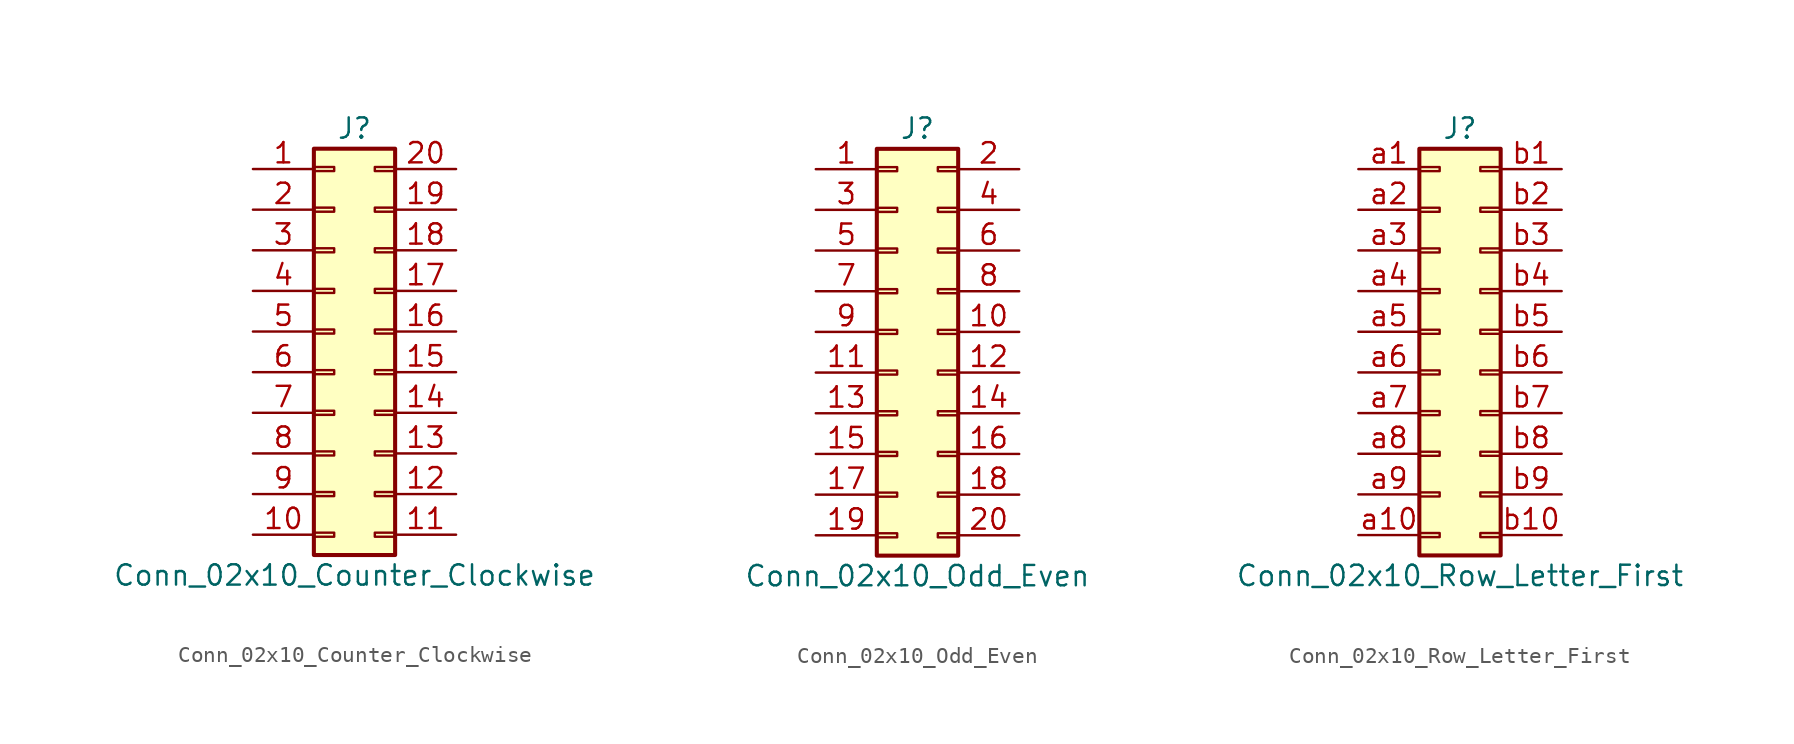
<source format=kicad_sym>
(kicad_symbol_lib
  (version 20220914)
  (generator kicad_symbol_editor)
  (symbol "Conn_02x10_Counter_Clockwise"
    (pin_names
      (offset 1.016) hide)
    (property "Reference" "J"
      (at 1.27 12.7 0)
      (effects (font (size 1.27 1.27))))
    (property "Value" "Conn_02x10_Counter_Clockwise"
      (at 1.27 -15.24 0)
      (effects (font (size 1.27 1.27))))
    (symbol "Conn_02x10_Counter_Clockwise_1_1"
      (rectangle (start -1.27 -12.573) (end 0 -12.827) (stroke (width 0.152) (type solid)) (fill (type none)))
      (rectangle (start -1.27 -10.033) (end 0 -10.287) (stroke (width 0.152) (type solid)) (fill (type none)))
      (rectangle (start -1.27 -7.493) (end 0 -7.747) (stroke (width 0.152) (type solid)) (fill (type none)))
      (rectangle (start -1.27 -4.953) (end 0 -5.207) (stroke (width 0.152) (type solid)) (fill (type none)))
      (rectangle (start -1.27 -2.413) (end 0 -2.667) (stroke (width 0.152) (type solid)) (fill (type none)))
      (rectangle (start -1.27 0.127) (end 0 -0.127) (stroke (width 0.152) (type solid)) (fill (type none)))
      (rectangle (start -1.27 2.667) (end 0 2.413) (stroke (width 0.152) (type solid)) (fill (type none)))
      (rectangle (start -1.27 5.207) (end 0 4.953) (stroke (width 0.152) (type solid)) (fill (type none)))
      (rectangle (start -1.27 7.747) (end 0 7.493) (stroke (width 0.152) (type solid)) (fill (type none)))
      (rectangle (start -1.27 10.287) (end 0 10.033) (stroke (width 0.152) (type solid)) (fill (type none)))
      (rectangle (start -1.27 11.43) (end 3.81 -13.97) (stroke (width 0.254) (type solid)) (fill (type background)))
      (rectangle (start 3.81 -12.573) (end 2.54 -12.827) (stroke (width 0.152) (type solid)) (fill (type none)))
      (rectangle (start 3.81 -10.033) (end 2.54 -10.287) (stroke (width 0.152) (type solid)) (fill (type none)))
      (rectangle (start 3.81 -7.493) (end 2.54 -7.747) (stroke (width 0.152) (type solid)) (fill (type none)))
      (rectangle (start 3.81 -4.953) (end 2.54 -5.207) (stroke (width 0.152) (type solid)) (fill (type none)))
      (rectangle (start 3.81 -2.413) (end 2.54 -2.667) (stroke (width 0.152) (type solid)) (fill (type none)))
      (rectangle (start 3.81 0.127) (end 2.54 -0.127) (stroke (width 0.152) (type solid)) (fill (type none)))
      (rectangle (start 3.81 2.667) (end 2.54 2.413) (stroke (width 0.152) (type solid)) (fill (type none)))
      (rectangle (start 3.81 5.207) (end 2.54 4.953) (stroke (width 0.152) (type solid)) (fill (type none)))
      (rectangle (start 3.81 7.747) (end 2.54 7.493) (stroke (width 0.152) (type solid)) (fill (type none)))
      (rectangle (start 3.81 10.287) (end 2.54 10.033) (stroke (width 0.152) (type solid)) (fill (type none)))
      (pin passive line (at -5.08 10.16 0) (length 3.81) (name "Pin_1" (effects (font (size 1.27 1.27)))) (number "1" (effects (font (size 1.27 1.27)))))
      (pin passive line (at -5.08 -12.7 0) (length 3.81) (name "Pin_10" (effects (font (size 1.27 1.27)))) (number "10" (effects (font (size 1.27 1.27)))))
      (pin passive line (at 7.62 -12.7 180) (length 3.81) (name "Pin_11" (effects (font (size 1.27 1.27)))) (number "11" (effects (font (size 1.27 1.27)))))
      (pin passive line (at 7.62 -10.16 180) (length 3.81) (name "Pin_12" (effects (font (size 1.27 1.27)))) (number "12" (effects (font (size 1.27 1.27)))))
      (pin passive line (at 7.62 -7.62 180) (length 3.81) (name "Pin_13" (effects (font (size 1.27 1.27)))) (number "13" (effects (font (size 1.27 1.27)))))
      (pin passive line (at 7.62 -5.08 180) (length 3.81) (name "Pin_14" (effects (font (size 1.27 1.27)))) (number "14" (effects (font (size 1.27 1.27)))))
      (pin passive line (at 7.62 -2.54 180) (length 3.81) (name "Pin_15" (effects (font (size 1.27 1.27)))) (number "15" (effects (font (size 1.27 1.27)))))
      (pin passive line (at 7.62 0 180) (length 3.81) (name "Pin_16" (effects (font (size 1.27 1.27)))) (number "16" (effects (font (size 1.27 1.27)))))
      (pin passive line (at 7.62 2.54 180) (length 3.81) (name "Pin_17" (effects (font (size 1.27 1.27)))) (number "17" (effects (font (size 1.27 1.27)))))
      (pin passive line (at 7.62 5.08 180) (length 3.81) (name "Pin_18" (effects (font (size 1.27 1.27)))) (number "18" (effects (font (size 1.27 1.27)))))
      (pin passive line (at 7.62 7.62 180) (length 3.81) (name "Pin_19" (effects (font (size 1.27 1.27)))) (number "19" (effects (font (size 1.27 1.27)))))
      (pin passive line (at -5.08 7.62 0) (length 3.81) (name "Pin_2" (effects (font (size 1.27 1.27)))) (number "2" (effects (font (size 1.27 1.27)))))
      (pin passive line (at 7.62 10.16 180) (length 3.81) (name "Pin_20" (effects (font (size 1.27 1.27)))) (number "20" (effects (font (size 1.27 1.27)))))
      (pin passive line (at -5.08 5.08 0) (length 3.81) (name "Pin_3" (effects (font (size 1.27 1.27)))) (number "3" (effects (font (size 1.27 1.27)))))
      (pin passive line (at -5.08 2.54 0) (length 3.81) (name "Pin_4" (effects (font (size 1.27 1.27)))) (number "4" (effects (font (size 1.27 1.27)))))
      (pin passive line (at -5.08 0 0) (length 3.81) (name "Pin_5" (effects (font (size 1.27 1.27)))) (number "5" (effects (font (size 1.27 1.27)))))
      (pin passive line (at -5.08 -2.54 0) (length 3.81) (name "Pin_6" (effects (font (size 1.27 1.27)))) (number "6" (effects (font (size 1.27 1.27)))))
      (pin passive line (at -5.08 -5.08 0) (length 3.81) (name "Pin_7" (effects (font (size 1.27 1.27)))) (number "7" (effects (font (size 1.27 1.27)))))
      (pin passive line (at -5.08 -7.62 0) (length 3.81) (name "Pin_8" (effects (font (size 1.27 1.27)))) (number "8" (effects (font (size 1.27 1.27)))))
      (pin passive line (at -5.08 -10.16 0) (length 3.81) (name "Pin_9" (effects (font (size 1.27 1.27)))) (number "9" (effects (font (size 1.27 1.27)))))))
  (symbol "Conn_02x10_Odd_Even"
    (pin_names
      (offset 1.016) hide)
    (property "Reference" "J"
      (at 1.27 12.7 0)
      (effects (font (size 1.27 1.27))))
    (property "Value" "Conn_02x10_Odd_Even"
      (at 1.27 -15.24 0)
      (effects (font (size 1.27 1.27))))
    (symbol "Conn_02x10_Odd_Even_1_1"
      (rectangle (start -1.27 -12.573) (end 0 -12.827) (stroke (width 0.152) (type solid)) (fill (type none)))
      (rectangle (start -1.27 -10.033) (end 0 -10.287) (stroke (width 0.152) (type solid)) (fill (type none)))
      (rectangle (start -1.27 -7.493) (end 0 -7.747) (stroke (width 0.152) (type solid)) (fill (type none)))
      (rectangle (start -1.27 -4.953) (end 0 -5.207) (stroke (width 0.152) (type solid)) (fill (type none)))
      (rectangle (start -1.27 -2.413) (end 0 -2.667) (stroke (width 0.152) (type solid)) (fill (type none)))
      (rectangle (start -1.27 0.127) (end 0 -0.127) (stroke (width 0.152) (type solid)) (fill (type none)))
      (rectangle (start -1.27 2.667) (end 0 2.413) (stroke (width 0.152) (type solid)) (fill (type none)))
      (rectangle (start -1.27 5.207) (end 0 4.953) (stroke (width 0.152) (type solid)) (fill (type none)))
      (rectangle (start -1.27 7.747) (end 0 7.493) (stroke (width 0.152) (type solid)) (fill (type none)))
      (rectangle (start -1.27 10.287) (end 0 10.033) (stroke (width 0.152) (type solid)) (fill (type none)))
      (rectangle (start -1.27 11.43) (end 3.81 -13.97) (stroke (width 0.254) (type solid)) (fill (type background)))
      (rectangle (start 3.81 -12.573) (end 2.54 -12.827) (stroke (width 0.152) (type solid)) (fill (type none)))
      (rectangle (start 3.81 -10.033) (end 2.54 -10.287) (stroke (width 0.152) (type solid)) (fill (type none)))
      (rectangle (start 3.81 -7.493) (end 2.54 -7.747) (stroke (width 0.152) (type solid)) (fill (type none)))
      (rectangle (start 3.81 -4.953) (end 2.54 -5.207) (stroke (width 0.152) (type solid)) (fill (type none)))
      (rectangle (start 3.81 -2.413) (end 2.54 -2.667) (stroke (width 0.152) (type solid)) (fill (type none)))
      (rectangle (start 3.81 0.127) (end 2.54 -0.127) (stroke (width 0.152) (type solid)) (fill (type none)))
      (rectangle (start 3.81 2.667) (end 2.54 2.413) (stroke (width 0.152) (type solid)) (fill (type none)))
      (rectangle (start 3.81 5.207) (end 2.54 4.953) (stroke (width 0.152) (type solid)) (fill (type none)))
      (rectangle (start 3.81 7.747) (end 2.54 7.493) (stroke (width 0.152) (type solid)) (fill (type none)))
      (rectangle (start 3.81 10.287) (end 2.54 10.033) (stroke (width 0.152) (type solid)) (fill (type none)))
      (pin passive line (at -5.08 10.16 0) (length 3.81) (name "Pin_1" (effects (font (size 1.27 1.27)))) (number "1" (effects (font (size 1.27 1.27)))))
      (pin passive line (at 7.62 0 180) (length 3.81) (name "Pin_10" (effects (font (size 1.27 1.27)))) (number "10" (effects (font (size 1.27 1.27)))))
      (pin passive line (at -5.08 -2.54 0) (length 3.81) (name "Pin_11" (effects (font (size 1.27 1.27)))) (number "11" (effects (font (size 1.27 1.27)))))
      (pin passive line (at 7.62 -2.54 180) (length 3.81) (name "Pin_12" (effects (font (size 1.27 1.27)))) (number "12" (effects (font (size 1.27 1.27)))))
      (pin passive line (at -5.08 -5.08 0) (length 3.81) (name "Pin_13" (effects (font (size 1.27 1.27)))) (number "13" (effects (font (size 1.27 1.27)))))
      (pin passive line (at 7.62 -5.08 180) (length 3.81) (name "Pin_14" (effects (font (size 1.27 1.27)))) (number "14" (effects (font (size 1.27 1.27)))))
      (pin passive line (at -5.08 -7.62 0) (length 3.81) (name "Pin_15" (effects (font (size 1.27 1.27)))) (number "15" (effects (font (size 1.27 1.27)))))
      (pin passive line (at 7.62 -7.62 180) (length 3.81) (name "Pin_16" (effects (font (size 1.27 1.27)))) (number "16" (effects (font (size 1.27 1.27)))))
      (pin passive line (at -5.08 -10.16 0) (length 3.81) (name "Pin_17" (effects (font (size 1.27 1.27)))) (number "17" (effects (font (size 1.27 1.27)))))
      (pin passive line (at 7.62 -10.16 180) (length 3.81) (name "Pin_18" (effects (font (size 1.27 1.27)))) (number "18" (effects (font (size 1.27 1.27)))))
      (pin passive line (at -5.08 -12.7 0) (length 3.81) (name "Pin_19" (effects (font (size 1.27 1.27)))) (number "19" (effects (font (size 1.27 1.27)))))
      (pin passive line (at 7.62 10.16 180) (length 3.81) (name "Pin_2" (effects (font (size 1.27 1.27)))) (number "2" (effects (font (size 1.27 1.27)))))
      (pin passive line (at 7.62 -12.7 180) (length 3.81) (name "Pin_20" (effects (font (size 1.27 1.27)))) (number "20" (effects (font (size 1.27 1.27)))))
      (pin passive line (at -5.08 7.62 0) (length 3.81) (name "Pin_3" (effects (font (size 1.27 1.27)))) (number "3" (effects (font (size 1.27 1.27)))))
      (pin passive line (at 7.62 7.62 180) (length 3.81) (name "Pin_4" (effects (font (size 1.27 1.27)))) (number "4" (effects (font (size 1.27 1.27)))))
      (pin passive line (at -5.08 5.08 0) (length 3.81) (name "Pin_5" (effects (font (size 1.27 1.27)))) (number "5" (effects (font (size 1.27 1.27)))))
      (pin passive line (at 7.62 5.08 180) (length 3.81) (name "Pin_6" (effects (font (size 1.27 1.27)))) (number "6" (effects (font (size 1.27 1.27)))))
      (pin passive line (at -5.08 2.54 0) (length 3.81) (name "Pin_7" (effects (font (size 1.27 1.27)))) (number "7" (effects (font (size 1.27 1.27)))))
      (pin passive line (at 7.62 2.54 180) (length 3.81) (name "Pin_8" (effects (font (size 1.27 1.27)))) (number "8" (effects (font (size 1.27 1.27)))))
      (pin passive line (at -5.08 0 0) (length 3.81) (name "Pin_9" (effects (font (size 1.27 1.27)))) (number "9" (effects (font (size 1.27 1.27)))))))
  (symbol "Conn_02x10_Row_Letter_First"
    (pin_names
      (offset 1.016) hide)
    (property "Reference" "J"
      (at 1.27 12.7 0)
      (effects (font (size 1.27 1.27))))
    (property "Value" "Conn_02x10_Row_Letter_First"
      (at 1.27 -15.24 0)
      (effects (font (size 1.27 1.27))))
    (symbol "Conn_02x10_Row_Letter_First_1_1"
      (rectangle (start -1.27 -12.573) (end 0 -12.827) (stroke (width 0.152) (type solid)) (fill (type none)))
      (rectangle (start -1.27 -10.033) (end 0 -10.287) (stroke (width 0.152) (type solid)) (fill (type none)))
      (rectangle (start -1.27 -7.493) (end 0 -7.747) (stroke (width 0.152) (type solid)) (fill (type none)))
      (rectangle (start -1.27 -4.953) (end 0 -5.207) (stroke (width 0.152) (type solid)) (fill (type none)))
      (rectangle (start -1.27 -2.413) (end 0 -2.667) (stroke (width 0.152) (type solid)) (fill (type none)))
      (rectangle (start -1.27 0.127) (end 0 -0.127) (stroke (width 0.152) (type solid)) (fill (type none)))
      (rectangle (start -1.27 2.667) (end 0 2.413) (stroke (width 0.152) (type solid)) (fill (type none)))
      (rectangle (start -1.27 5.207) (end 0 4.953) (stroke (width 0.152) (type solid)) (fill (type none)))
      (rectangle (start -1.27 7.747) (end 0 7.493) (stroke (width 0.152) (type solid)) (fill (type none)))
      (rectangle (start -1.27 10.287) (end 0 10.033) (stroke (width 0.152) (type solid)) (fill (type none)))
      (rectangle (start -1.27 11.43) (end 3.81 -13.97) (stroke (width 0.254) (type solid)) (fill (type background)))
      (rectangle (start 3.81 -12.573) (end 2.54 -12.827) (stroke (width 0.152) (type solid)) (fill (type none)))
      (rectangle (start 3.81 -10.033) (end 2.54 -10.287) (stroke (width 0.152) (type solid)) (fill (type none)))
      (rectangle (start 3.81 -7.493) (end 2.54 -7.747) (stroke (width 0.152) (type solid)) (fill (type none)))
      (rectangle (start 3.81 -4.953) (end 2.54 -5.207) (stroke (width 0.152) (type solid)) (fill (type none)))
      (rectangle (start 3.81 -2.413) (end 2.54 -2.667) (stroke (width 0.152) (type solid)) (fill (type none)))
      (rectangle (start 3.81 0.127) (end 2.54 -0.127) (stroke (width 0.152) (type solid)) (fill (type none)))
      (rectangle (start 3.81 2.667) (end 2.54 2.413) (stroke (width 0.152) (type solid)) (fill (type none)))
      (rectangle (start 3.81 5.207) (end 2.54 4.953) (stroke (width 0.152) (type solid)) (fill (type none)))
      (rectangle (start 3.81 7.747) (end 2.54 7.493) (stroke (width 0.152) (type solid)) (fill (type none)))
      (rectangle (start 3.81 10.287) (end 2.54 10.033) (stroke (width 0.152) (type solid)) (fill (type none)))
      (pin passive line (at -5.08 10.16 0) (length 3.81) (name "Pin_a1" (effects (font (size 1.27 1.27)))) (number "a1" (effects (font (size 1.27 1.27)))))
      (pin passive line (at -5.08 -12.7 0) (length 3.81) (name "Pin_a10" (effects (font (size 1.27 1.27)))) (number "a10" (effects (font (size 1.27 1.27)))))
      (pin passive line (at -5.08 7.62 0) (length 3.81) (name "Pin_a2" (effects (font (size 1.27 1.27)))) (number "a2" (effects (font (size 1.27 1.27)))))
      (pin passive line (at -5.08 5.08 0) (length 3.81) (name "Pin_a3" (effects (font (size 1.27 1.27)))) (number "a3" (effects (font (size 1.27 1.27)))))
      (pin passive line (at -5.08 2.54 0) (length 3.81) (name "Pin_a4" (effects (font (size 1.27 1.27)))) (number "a4" (effects (font (size 1.27 1.27)))))
      (pin passive line (at -5.08 0 0) (length 3.81) (name "Pin_a5" (effects (font (size 1.27 1.27)))) (number "a5" (effects (font (size 1.27 1.27)))))
      (pin passive line (at -5.08 -2.54 0) (length 3.81) (name "Pin_a6" (effects (font (size 1.27 1.27)))) (number "a6" (effects (font (size 1.27 1.27)))))
      (pin passive line (at -5.08 -5.08 0) (length 3.81) (name "Pin_a7" (effects (font (size 1.27 1.27)))) (number "a7" (effects (font (size 1.27 1.27)))))
      (pin passive line (at -5.08 -7.62 0) (length 3.81) (name "Pin_a8" (effects (font (size 1.27 1.27)))) (number "a8" (effects (font (size 1.27 1.27)))))
      (pin passive line (at -5.08 -10.16 0) (length 3.81) (name "Pin_a9" (effects (font (size 1.27 1.27)))) (number "a9" (effects (font (size 1.27 1.27)))))
      (pin passive line (at 7.62 10.16 180) (length 3.81) (name "Pin_b1" (effects (font (size 1.27 1.27)))) (number "b1" (effects (font (size 1.27 1.27)))))
      (pin passive line (at 7.62 -12.7 180) (length 3.81) (name "Pin_b10" (effects (font (size 1.27 1.27)))) (number "b10" (effects (font (size 1.27 1.27)))))
      (pin passive line (at 7.62 7.62 180) (length 3.81) (name "Pin_b2" (effects (font (size 1.27 1.27)))) (number "b2" (effects (font (size 1.27 1.27)))))
      (pin passive line (at 7.62 5.08 180) (length 3.81) (name "Pin_b3" (effects (font (size 1.27 1.27)))) (number "b3" (effects (font (size 1.27 1.27)))))
      (pin passive line (at 7.62 2.54 180) (length 3.81) (name "Pin_b4" (effects (font (size 1.27 1.27)))) (number "b4" (effects (font (size 1.27 1.27)))))
      (pin passive line (at 7.62 0 180) (length 3.81) (name "Pin_b5" (effects (font (size 1.27 1.27)))) (number "b5" (effects (font (size 1.27 1.27)))))
      (pin passive line (at 7.62 -2.54 180) (length 3.81) (name "Pin_b6" (effects (font (size 1.27 1.27)))) (number "b6" (effects (font (size 1.27 1.27)))))
      (pin passive line (at 7.62 -5.08 180) (length 3.81) (name "Pin_b7" (effects (font (size 1.27 1.27)))) (number "b7" (effects (font (size 1.27 1.27)))))
      (pin passive line (at 7.62 -7.62 180) (length 3.81) (name "Pin_b8" (effects (font (size 1.27 1.27)))) (number "b8" (effects (font (size 1.27 1.27)))))
      (pin passive line (at 7.62 -10.16 180) (length 3.81) (name "Pin_b9" (effects (font (size 1.27 1.27)))) (number "b9" (effects (font (size 1.27 1.27))))))))
</source>
